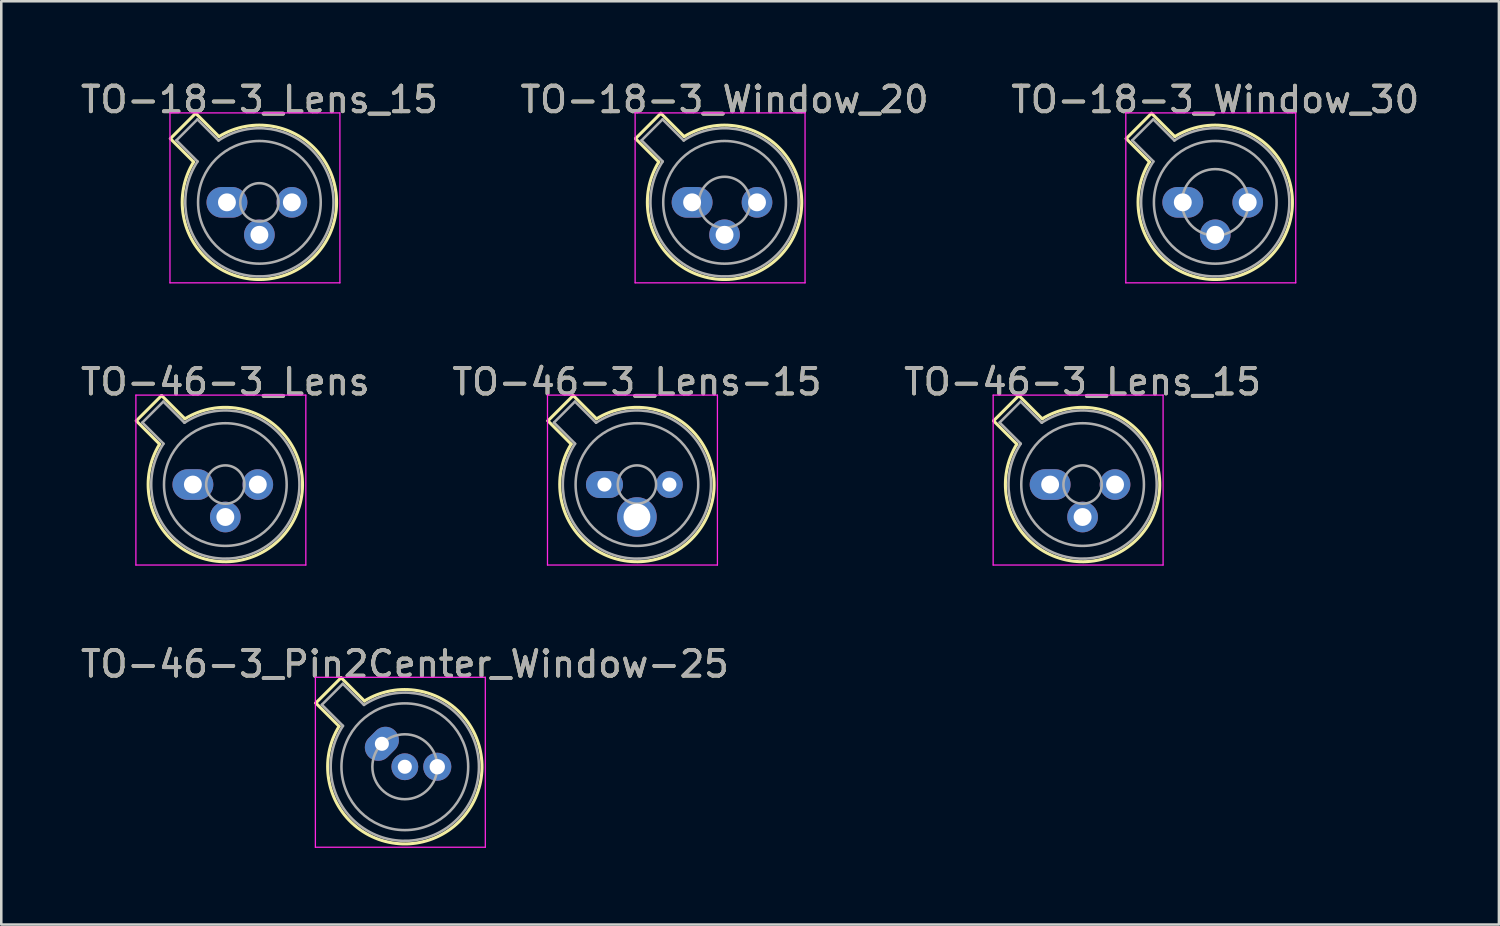
<source format=kicad_pcb>
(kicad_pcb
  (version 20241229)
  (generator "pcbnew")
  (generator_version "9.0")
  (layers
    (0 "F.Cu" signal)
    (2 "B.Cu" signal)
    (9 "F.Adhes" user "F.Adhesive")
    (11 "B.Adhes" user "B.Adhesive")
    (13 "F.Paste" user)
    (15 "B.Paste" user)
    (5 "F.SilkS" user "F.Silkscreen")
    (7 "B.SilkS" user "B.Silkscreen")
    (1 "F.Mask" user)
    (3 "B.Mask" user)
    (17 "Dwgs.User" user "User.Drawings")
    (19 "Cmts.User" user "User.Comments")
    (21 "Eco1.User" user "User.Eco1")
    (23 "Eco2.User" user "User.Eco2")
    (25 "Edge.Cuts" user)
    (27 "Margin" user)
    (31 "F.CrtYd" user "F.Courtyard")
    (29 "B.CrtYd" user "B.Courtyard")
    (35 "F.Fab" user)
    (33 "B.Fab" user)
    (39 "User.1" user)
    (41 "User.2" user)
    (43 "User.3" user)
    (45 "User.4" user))
  (footprint "TO-18-3_Window_20"
    (layer "F.Cu")
    (at 24.034 4.868)
    (property "Reference" "TO-18-3_Window_20" (at 1.27 -4.02 0) (layer "F.SilkS") (effects (font (size 1 1) (thickness 0.15))))
    (attr through_hole)
    (fp_line (start -2.214 -2.494) (end -1.302 -1.582) (stroke (width 0.12) (type solid)) (layer "F.SilkS"))
    (fp_line (start -1.224 -3.484) (end -2.214 -2.494) (stroke (width 0.12) (type solid)) (layer "F.SilkS"))
    (fp_line (start -0.312 -2.572) (end -1.224 -3.484) (stroke (width 0.12) (type solid)) (layer "F.SilkS"))
    (fp_arc (start -0.312331 -2.572281) (mid 3.405374 2.135551) (end -1.30215 -1.582544) (stroke (width 0.12) (type solid)) (layer "F.SilkS"))
    (fp_line (start -2.23 -3.5) (end -2.23 3.15) (stroke (width 0.05) (type solid)) (layer "F.CrtYd"))
    (fp_line (start -2.23 3.15) (end 4.42 3.15) (stroke (width 0.05) (type solid)) (layer "F.CrtYd"))
    (fp_line (start 4.42 -3.5) (end -2.23 -3.5) (stroke (width 0.05) (type solid)) (layer "F.CrtYd"))
    (fp_line (start 4.42 3.15) (end 4.42 -3.5) (stroke (width 0.05) (type solid)) (layer "F.CrtYd"))
    (fp_line (start -1.977 -2.426) (end -1.149 -1.599) (stroke (width 0.1) (type solid)) (layer "F.Fab"))
    (fp_line (start -1.156 -3.247) (end -1.977 -2.426) (stroke (width 0.1) (type solid)) (layer "F.Fab"))
    (fp_line (start -0.329 -2.419) (end -1.156 -3.247) (stroke (width 0.1) (type solid)) (layer "F.Fab"))
    (fp_arc (start -0.329057 -2.419301) (mid 3.321076 2.050143) (end -1.150029 -1.597956) (stroke (width 0.1) (type solid)) (layer "F.Fab"))
    (fp_circle (center 1.27 0) (end 2.27 0) (stroke (width 0.1) (type solid)) (fill no) (layer "F.Fab"))
    (fp_circle (center 1.27 0) (end 3.67 0) (stroke (width 0.1) (type solid)) (fill no) (layer "F.Fab"))
    (fp_text user "${REFERENCE}" (at 1.27 -4.02 0) (layer "F.Fab") (effects (font (size 1 1) (thickness 0.15))))
    (pad "1" thru_hole oval (at 0 0) (size 1.6 1.2) (drill 0.7) (layers "*.Cu" "*.Mask"))
    (pad "2" thru_hole oval (at 1.27 1.27) (size 1.2 1.2) (drill 0.7) (layers "*.Cu" "*.Mask"))
    (pad "3" thru_hole oval (at 2.54 0) (size 1.2 1.2) (drill 0.7) (layers "*.Cu" "*.Mask")))
  (footprint "TO-46-3_Lens"
    (layer "F.Cu")
    (at 4.498 15.912)
    (property "Reference" "TO-46-3_Lens" (at 1.27 -4.02 0) (layer "F.SilkS") (effects (font (size 1 1) (thickness 0.15))))
    (attr through_hole)
    (fp_line (start -2.214 -2.494) (end -1.302 -1.582) (stroke (width 0.12) (type solid)) (layer "F.SilkS"))
    (fp_line (start -1.224 -3.484) (end -2.214 -2.494) (stroke (width 0.12) (type solid)) (layer "F.SilkS"))
    (fp_line (start -0.312 -2.572) (end -1.224 -3.484) (stroke (width 0.12) (type solid)) (layer "F.SilkS"))
    (fp_arc (start -0.312331 -2.572281) (mid 3.405374 2.135551) (end -1.30215 -1.582544) (stroke (width 0.12) (type solid)) (layer "F.SilkS"))
    (fp_line (start -2.23 -3.5) (end -2.23 3.15) (stroke (width 0.05) (type solid)) (layer "F.CrtYd"))
    (fp_line (start -2.23 3.15) (end 4.42 3.15) (stroke (width 0.05) (type solid)) (layer "F.CrtYd"))
    (fp_line (start 4.42 -3.5) (end -2.23 -3.5) (stroke (width 0.05) (type solid)) (layer "F.CrtYd"))
    (fp_line (start 4.42 3.15) (end 4.42 -3.5) (stroke (width 0.05) (type solid)) (layer "F.CrtYd"))
    (fp_line (start -1.977 -2.426) (end -1.149 -1.599) (stroke (width 0.1) (type solid)) (layer "F.Fab"))
    (fp_line (start -1.156 -3.247) (end -1.977 -2.426) (stroke (width 0.1) (type solid)) (layer "F.Fab"))
    (fp_line (start -0.329 -2.419) (end -1.156 -3.247) (stroke (width 0.1) (type solid)) (layer "F.Fab"))
    (fp_arc (start -0.329057 -2.419301) (mid 3.321076 2.050143) (end -1.150029 -1.597956) (stroke (width 0.1) (type solid)) (layer "F.Fab"))
    (fp_circle (center 1.27 0) (end 2.02 0) (stroke (width 0.1) (type solid)) (fill no) (layer "F.Fab"))
    (fp_circle (center 1.27 0) (end 3.67 0) (stroke (width 0.1) (type solid)) (fill no) (layer "F.Fab"))
    (fp_text user "${REFERENCE}" (at 1.27 -4.02 0) (layer "F.Fab") (effects (font (size 1 1) (thickness 0.15))))
    (pad "1" thru_hole oval (at 0 0) (size 1.6 1.2) (drill 0.7) (layers "*.Cu" "*.Mask"))
    (pad "2" thru_hole oval (at 1.27 1.27) (size 1.2 1.2) (drill 0.7) (layers "*.Cu" "*.Mask"))
    (pad "3" thru_hole oval (at 2.54 0) (size 1.2 1.2) (drill 0.7) (layers "*.Cu" "*.Mask")))
  (footprint "TO-18-3_Window_30"
    (layer "F.Cu")
    (at 43.236 4.868)
    (property "Reference" "TO-18-3_Window_30" (at 1.27 -4.02 0) (layer "F.SilkS") (effects (font (size 1 1) (thickness 0.15))))
    (attr through_hole)
    (fp_line (start -2.214 -2.494) (end -1.302 -1.582) (stroke (width 0.12) (type solid)) (layer "F.SilkS"))
    (fp_line (start -1.224 -3.484) (end -2.214 -2.494) (stroke (width 0.12) (type solid)) (layer "F.SilkS"))
    (fp_line (start -0.312 -2.572) (end -1.224 -3.484) (stroke (width 0.12) (type solid)) (layer "F.SilkS"))
    (fp_arc (start -0.312331 -2.572281) (mid 3.405374 2.135551) (end -1.30215 -1.582544) (stroke (width 0.12) (type solid)) (layer "F.SilkS"))
    (fp_line (start -2.23 -3.5) (end -2.23 3.15) (stroke (width 0.05) (type solid)) (layer "F.CrtYd"))
    (fp_line (start -2.23 3.15) (end 4.42 3.15) (stroke (width 0.05) (type solid)) (layer "F.CrtYd"))
    (fp_line (start 4.42 -3.5) (end -2.23 -3.5) (stroke (width 0.05) (type solid)) (layer "F.CrtYd"))
    (fp_line (start 4.42 3.15) (end 4.42 -3.5) (stroke (width 0.05) (type solid)) (layer "F.CrtYd"))
    (fp_line (start -1.977 -2.426) (end -1.149 -1.599) (stroke (width 0.1) (type solid)) (layer "F.Fab"))
    (fp_line (start -1.156 -3.247) (end -1.977 -2.426) (stroke (width 0.1) (type solid)) (layer "F.Fab"))
    (fp_line (start -0.329 -2.419) (end -1.156 -3.247) (stroke (width 0.1) (type solid)) (layer "F.Fab"))
    (fp_arc (start -0.329057 -2.419301) (mid 3.321076 2.050143) (end -1.150029 -1.597956) (stroke (width 0.1) (type solid)) (layer "F.Fab"))
    (fp_circle (center 1.27 0) (end 2.57 0) (stroke (width 0.1) (type solid)) (fill no) (layer "F.Fab"))
    (fp_circle (center 1.27 0) (end 3.67 0) (stroke (width 0.1) (type solid)) (fill no) (layer "F.Fab"))
    (fp_text user "${REFERENCE}" (at 1.27 -4.02 0) (layer "F.Fab") (effects (font (size 1 1) (thickness 0.15))))
    (pad "1" thru_hole oval (at 0 0) (size 1.6 1.2) (drill 0.7) (layers "*.Cu" "*.Mask"))
    (pad "2" thru_hole oval (at 1.27 1.27) (size 1.2 1.2) (drill 0.7) (layers "*.Cu" "*.Mask"))
    (pad "3" thru_hole oval (at 2.54 0) (size 1.2 1.2) (drill 0.7) (layers "*.Cu" "*.Mask")))
  (footprint "TO-46-3_Lens_15"
    (layer "F.Cu")
    (at 38.045 15.912)
    (property "Reference" "TO-46-3_Lens_15" (at 1.27 -4.02 0) (layer "F.SilkS") (effects (font (size 1 1) (thickness 0.15))))
    (attr through_hole)
    (fp_line (start -2.214 -2.494) (end -1.302 -1.582) (stroke (width 0.12) (type solid)) (layer "F.SilkS"))
    (fp_line (start -1.224 -3.484) (end -2.214 -2.494) (stroke (width 0.12) (type solid)) (layer "F.SilkS"))
    (fp_line (start -0.312 -2.572) (end -1.224 -3.484) (stroke (width 0.12) (type solid)) (layer "F.SilkS"))
    (fp_arc (start -0.312331 -2.572281) (mid 3.405374 2.135551) (end -1.30215 -1.582544) (stroke (width 0.12) (type solid)) (layer "F.SilkS"))
    (fp_line (start -2.23 -3.5) (end -2.23 3.15) (stroke (width 0.05) (type solid)) (layer "F.CrtYd"))
    (fp_line (start -2.23 3.15) (end 4.42 3.15) (stroke (width 0.05) (type solid)) (layer "F.CrtYd"))
    (fp_line (start 4.42 -3.5) (end -2.23 -3.5) (stroke (width 0.05) (type solid)) (layer "F.CrtYd"))
    (fp_line (start 4.42 3.15) (end 4.42 -3.5) (stroke (width 0.05) (type solid)) (layer "F.CrtYd"))
    (fp_line (start -1.977 -2.426) (end -1.149 -1.599) (stroke (width 0.1) (type solid)) (layer "F.Fab"))
    (fp_line (start -1.156 -3.247) (end -1.977 -2.426) (stroke (width 0.1) (type solid)) (layer "F.Fab"))
    (fp_line (start -0.329 -2.419) (end -1.156 -3.247) (stroke (width 0.1) (type solid)) (layer "F.Fab"))
    (fp_arc (start -0.329057 -2.419301) (mid 3.321076 2.050143) (end -1.150029 -1.597956) (stroke (width 0.1) (type solid)) (layer "F.Fab"))
    (fp_circle (center 1.27 0) (end 2.02 0) (stroke (width 0.1) (type solid)) (fill no) (layer "F.Fab"))
    (fp_circle (center 1.27 0) (end 3.67 0) (stroke (width 0.1) (type solid)) (fill no) (layer "F.Fab"))
    (fp_text user "${REFERENCE}" (at 1.27 -4.02 0) (layer "F.Fab") (effects (font (size 1 1) (thickness 0.15))))
    (pad "1" thru_hole oval (at 0 0) (size 1.6 1.2) (drill 0.7) (layers "*.Cu" "*.Mask"))
    (pad "2" thru_hole oval (at 1.27 1.27) (size 1.2 1.2) (drill 0.7) (layers "*.Cu" "*.Mask"))
    (pad "3" thru_hole oval (at 2.54 0) (size 1.2 1.2) (drill 0.7) (layers "*.Cu" "*.Mask")))
  (footprint "TO-46-3_Lens-15"
    (layer "F.Cu")
    (at 20.605 15.912)
    (property "Reference" "TO-46-3_Lens-15" (at 1.27 -4.02 0) (layer "F.SilkS") (effects (font (size 1 1) (thickness 0.15))))
    (attr through_hole)
    (fp_line (start -2.214 -2.494) (end -1.302 -1.582) (stroke (width 0.12) (type solid)) (layer "F.SilkS"))
    (fp_line (start -1.224 -3.484) (end -2.214 -2.494) (stroke (width 0.12) (type solid)) (layer "F.SilkS"))
    (fp_line (start -0.312 -2.572) (end -1.224 -3.484) (stroke (width 0.12) (type solid)) (layer "F.SilkS"))
    (fp_arc (start -0.312331 -2.572281) (mid 3.405374 2.135551) (end -1.30215 -1.582544) (stroke (width 0.12) (type solid)) (layer "F.SilkS"))
    (fp_line (start -2.23 -3.5) (end -2.23 3.15) (stroke (width 0.05) (type solid)) (layer "F.CrtYd"))
    (fp_line (start -2.23 3.15) (end 4.42 3.15) (stroke (width 0.05) (type solid)) (layer "F.CrtYd"))
    (fp_line (start 4.42 -3.5) (end -2.23 -3.5) (stroke (width 0.05) (type solid)) (layer "F.CrtYd"))
    (fp_line (start 4.42 3.15) (end 4.42 -3.5) (stroke (width 0.05) (type solid)) (layer "F.CrtYd"))
    (fp_line (start -1.977 -2.426) (end -1.149 -1.599) (stroke (width 0.1) (type solid)) (layer "F.Fab"))
    (fp_line (start -1.156 -3.247) (end -1.977 -2.426) (stroke (width 0.1) (type solid)) (layer "F.Fab"))
    (fp_line (start -0.329 -2.419) (end -1.156 -3.247) (stroke (width 0.1) (type solid)) (layer "F.Fab"))
    (fp_arc (start -0.329057 -2.419301) (mid 3.321076 2.050143) (end -1.150029 -1.597956) (stroke (width 0.1) (type solid)) (layer "F.Fab"))
    (fp_circle (center 1.27 0) (end 2.02 0) (stroke (width 0.1) (type solid)) (fill no) (layer "F.Fab"))
    (fp_circle (center 1.27 0) (end 3.67 0) (stroke (width 0.1) (type solid)) (fill no) (layer "F.Fab"))
    (fp_text user "${REFERENCE}" (at 1.27 -4.02 0) (layer "F.Fab") (effects (font (size 1 1) (thickness 0.15))))
    (pad "1" thru_hole oval (at 0 0) (size 1.45 1.05) (drill 0.55) (layers "*.Cu" "*.Mask"))
    (pad "2" thru_hole oval (at 1.27 1.27) (size 1.55 1.55) (drill 1.05) (layers "*.Cu" "*.Mask"))
    (pad "3" thru_hole oval (at 2.54 0) (size 1.05 1.05) (drill 0.55) (layers "*.Cu" "*.Mask")))
  (footprint "TO-18-3_Lens_15"
    (layer "F.Cu")
    (at 5.831 4.868)
    (property "Reference" "TO-18-3_Lens_15" (at 1.27 -4.02 0) (layer "F.SilkS") (effects (font (size 1 1) (thickness 0.15))))
    (attr through_hole)
    (fp_line (start -2.214 -2.494) (end -1.302 -1.582) (stroke (width 0.12) (type solid)) (layer "F.SilkS"))
    (fp_line (start -1.224 -3.484) (end -2.214 -2.494) (stroke (width 0.12) (type solid)) (layer "F.SilkS"))
    (fp_line (start -0.312 -2.572) (end -1.224 -3.484) (stroke (width 0.12) (type solid)) (layer "F.SilkS"))
    (fp_arc (start -0.312331 -2.572281) (mid 3.405374 2.135551) (end -1.30215 -1.582544) (stroke (width 0.12) (type solid)) (layer "F.SilkS"))
    (fp_line (start -2.23 -3.5) (end -2.23 3.15) (stroke (width 0.05) (type solid)) (layer "F.CrtYd"))
    (fp_line (start -2.23 3.15) (end 4.42 3.15) (stroke (width 0.05) (type solid)) (layer "F.CrtYd"))
    (fp_line (start 4.42 -3.5) (end -2.23 -3.5) (stroke (width 0.05) (type solid)) (layer "F.CrtYd"))
    (fp_line (start 4.42 3.15) (end 4.42 -3.5) (stroke (width 0.05) (type solid)) (layer "F.CrtYd"))
    (fp_line (start -1.977 -2.426) (end -1.149 -1.599) (stroke (width 0.1) (type solid)) (layer "F.Fab"))
    (fp_line (start -1.156 -3.247) (end -1.977 -2.426) (stroke (width 0.1) (type solid)) (layer "F.Fab"))
    (fp_line (start -0.329 -2.419) (end -1.156 -3.247) (stroke (width 0.1) (type solid)) (layer "F.Fab"))
    (fp_arc (start -0.329057 -2.419301) (mid 3.321076 2.050143) (end -1.150029 -1.597956) (stroke (width 0.1) (type solid)) (layer "F.Fab"))
    (fp_circle (center 1.27 0) (end 2.02 0) (stroke (width 0.1) (type solid)) (fill no) (layer "F.Fab"))
    (fp_circle (center 1.27 0) (end 3.67 0) (stroke (width 0.1) (type solid)) (fill no) (layer "F.Fab"))
    (fp_text user "${REFERENCE}" (at 1.27 -4.02 0) (layer "F.Fab") (effects (font (size 1 1) (thickness 0.15))))
    (pad "1" thru_hole oval (at 0 0) (size 1.6 1.2) (drill 0.7) (layers "*.Cu" "*.Mask"))
    (pad "2" thru_hole oval (at 1.27 1.27) (size 1.2 1.2) (drill 0.7) (layers "*.Cu" "*.Mask"))
    (pad "3" thru_hole oval (at 2.54 0) (size 1.2 1.2) (drill 0.7) (layers "*.Cu" "*.Mask")))
  (footprint "TO-46-3_Pin2Center_Window-25"
    (layer "F.Cu")
    (at 11.522 26.955)
    (property "Reference" "TO-46-3_Pin2Center_Window-25" (at 1.27 -4.02 0) (layer "F.SilkS") (effects (font (size 1 1) (thickness 0.15))))
    (attr through_hole)
    (fp_line (start -2.214 -2.494) (end -1.302 -1.582) (stroke (width 0.12) (type solid)) (layer "F.SilkS"))
    (fp_line (start -1.224 -3.484) (end -2.214 -2.494) (stroke (width 0.12) (type solid)) (layer "F.SilkS"))
    (fp_line (start -0.312 -2.572) (end -1.224 -3.484) (stroke (width 0.12) (type solid)) (layer "F.SilkS"))
    (fp_arc (start -0.312331 -2.572281) (mid 3.405374 2.135551) (end -1.30215 -1.582544) (stroke (width 0.12) (type solid)) (layer "F.SilkS"))
    (fp_line (start -2.23 -3.5) (end -2.23 3.15) (stroke (width 0.05) (type solid)) (layer "F.CrtYd"))
    (fp_line (start -2.23 3.15) (end 4.42 3.15) (stroke (width 0.05) (type solid)) (layer "F.CrtYd"))
    (fp_line (start 4.42 -3.5) (end -2.23 -3.5) (stroke (width 0.05) (type solid)) (layer "F.CrtYd"))
    (fp_line (start 4.42 3.15) (end 4.42 -3.5) (stroke (width 0.05) (type solid)) (layer "F.CrtYd"))
    (fp_line (start -1.977 -2.426) (end -1.149 -1.599) (stroke (width 0.1) (type solid)) (layer "F.Fab"))
    (fp_line (start -1.156 -3.247) (end -1.977 -2.426) (stroke (width 0.1) (type solid)) (layer "F.Fab"))
    (fp_line (start -0.329 -2.419) (end -1.156 -3.247) (stroke (width 0.1) (type solid)) (layer "F.Fab"))
    (fp_arc (start -0.329057 -2.419301) (mid 3.321076 2.050143) (end -1.150029 -1.597956) (stroke (width 0.1) (type solid)) (layer "F.Fab"))
    (fp_circle (center 1.27 0) (end 2.54 0) (stroke (width 0.1) (type solid)) (fill no) (layer "F.Fab"))
    (fp_circle (center 1.27 0) (end 3.75 0) (stroke (width 0.1) (type solid)) (fill no) (layer "F.Fab"))
    (fp_text user "${REFERENCE}" (at 1.27 -4.02 0) (layer "F.Fab") (effects (font (size 1 1) (thickness 0.15))))
    (pad "1" thru_hole oval (at 0.372 -0.898 45) (size 1.45 1.05) (drill 0.55) (layers "*.Cu" "*.Mask"))
    (pad "2" thru_hole oval (at 1.27 0) (size 1.05 1.05) (drill 0.55) (layers "*.Cu" "*.Mask"))
    (pad "3" thru_hole oval (at 2.54 0) (size 1.1 1.1) (drill 0.6) (layers "*.Cu" "*.Mask")))
  (gr_rect
    (start -3 -3)
    (end 55.607 33.13)
    (stroke (width 0.1) (type default))
    (fill no)
    (layer "Edge.Cuts")))
</source>
